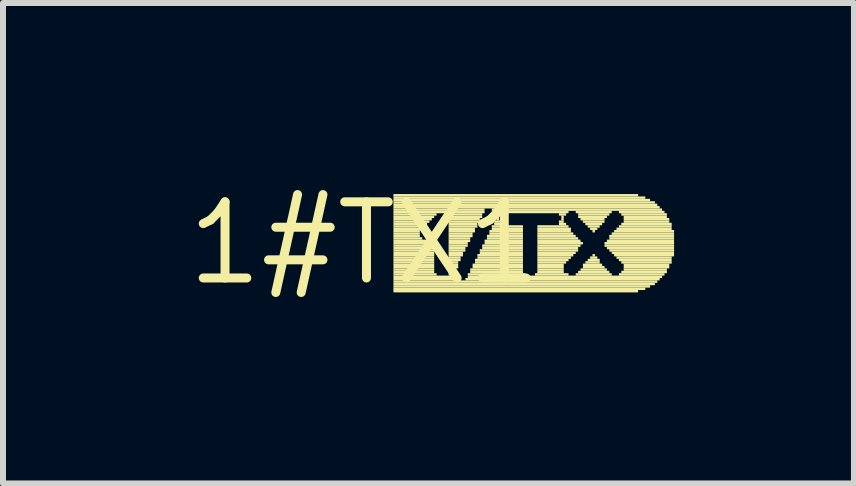
<source format=kicad_pcb>
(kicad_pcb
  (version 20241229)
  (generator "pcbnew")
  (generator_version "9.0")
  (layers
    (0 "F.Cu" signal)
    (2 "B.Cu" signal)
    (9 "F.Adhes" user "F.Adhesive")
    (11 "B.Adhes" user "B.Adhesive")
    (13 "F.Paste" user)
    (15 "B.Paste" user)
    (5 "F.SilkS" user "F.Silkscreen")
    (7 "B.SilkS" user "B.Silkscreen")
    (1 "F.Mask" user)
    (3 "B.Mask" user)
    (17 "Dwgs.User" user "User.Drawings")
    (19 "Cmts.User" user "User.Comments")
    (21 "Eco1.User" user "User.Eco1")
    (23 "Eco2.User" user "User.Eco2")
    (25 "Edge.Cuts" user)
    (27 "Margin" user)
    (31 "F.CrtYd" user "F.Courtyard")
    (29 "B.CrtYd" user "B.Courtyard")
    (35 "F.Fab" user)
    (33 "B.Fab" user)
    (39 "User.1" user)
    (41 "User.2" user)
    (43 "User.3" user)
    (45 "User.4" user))
  (footprint "1#TX1"
    (layer "F.Cu")
    (at 3.031 1.006)
    (property "Reference" "1#TX1" (at 0 0 0) (layer "F.SilkS") (effects (font (size 1.27 1.27) (thickness 0.15))))
    (fp_poly (pts (xy 0.48 -0.78) (xy 4.56 -0.78) (xy 4.56 -0.82) (xy 0.48 -0.82)) (stroke (width 0) (type default)) (fill yes) (layer "F.SilkS"))
    (fp_poly (pts (xy 0.48 -0.74) (xy 4.68 -0.74) (xy 4.68 -0.78) (xy 0.48 -0.78)) (stroke (width 0) (type default)) (fill yes) (layer "F.SilkS"))
    (fp_poly (pts (xy 0.48 -0.7) (xy 4.76 -0.7) (xy 4.76 -0.74) (xy 0.48 -0.74)) (stroke (width 0) (type default)) (fill yes) (layer "F.SilkS"))
    (fp_poly (pts (xy 0.48 -0.66) (xy 4.84 -0.66) (xy 4.84 -0.7) (xy 0.48 -0.7)) (stroke (width 0) (type default)) (fill yes) (layer "F.SilkS"))
    (fp_poly (pts (xy 0.48 -0.62) (xy 4.88 -0.62) (xy 4.88 -0.66) (xy 0.48 -0.66)) (stroke (width 0) (type default)) (fill yes) (layer "F.SilkS"))
    (fp_poly (pts (xy 0.48 -0.58) (xy 4.92 -0.58) (xy 4.92 -0.62) (xy 0.48 -0.62)) (stroke (width 0) (type default)) (fill yes) (layer "F.SilkS"))
    (fp_poly (pts (xy 0.48 -0.54) (xy 2 -0.54) (xy 2 -0.58) (xy 0.48 -0.58)) (stroke (width 0) (type default)) (fill yes) (layer "F.SilkS"))
    (fp_poly (pts (xy 0.48 -0.5) (xy 2 -0.5) (xy 2 -0.54) (xy 0.48 -0.54)) (stroke (width 0) (type default)) (fill yes) (layer "F.SilkS"))
    (fp_poly (pts (xy 0.48 -0.46) (xy 1.2 -0.46) (xy 1.2 -0.5) (xy 0.48 -0.5)) (stroke (width 0) (type default)) (fill yes) (layer "F.SilkS"))
    (fp_poly (pts (xy 0.48 -0.42) (xy 1.16 -0.42) (xy 1.16 -0.46) (xy 0.48 -0.46)) (stroke (width 0) (type default)) (fill yes) (layer "F.SilkS"))
    (fp_poly (pts (xy 0.48 -0.38) (xy 1.12 -0.38) (xy 1.12 -0.42) (xy 0.48 -0.42)) (stroke (width 0) (type default)) (fill yes) (layer "F.SilkS"))
    (fp_poly (pts (xy 0.48 -0.34) (xy 1.08 -0.34) (xy 1.08 -0.38) (xy 0.48 -0.38)) (stroke (width 0) (type default)) (fill yes) (layer "F.SilkS"))
    (fp_poly (pts (xy 0.48 -0.3) (xy 1.04 -0.3) (xy 1.04 -0.34) (xy 0.48 -0.34)) (stroke (width 0) (type default)) (fill yes) (layer "F.SilkS"))
    (fp_poly (pts (xy 0.48 -0.26) (xy 1 -0.26) (xy 1 -0.3) (xy 0.48 -0.3)) (stroke (width 0) (type default)) (fill yes) (layer "F.SilkS"))
    (fp_poly (pts (xy 0.48 -0.22) (xy 0.96 -0.22) (xy 0.96 -0.26) (xy 0.48 -0.26)) (stroke (width 0) (type default)) (fill yes) (layer "F.SilkS"))
    (fp_poly (pts (xy 0.48 -0.18) (xy 0.92 -0.18) (xy 0.92 -0.22) (xy 0.48 -0.22)) (stroke (width 0) (type default)) (fill yes) (layer "F.SilkS"))
    (fp_poly (pts (xy 0.48 -0.14) (xy 0.92 -0.14) (xy 0.92 -0.18) (xy 0.48 -0.18)) (stroke (width 0) (type default)) (fill yes) (layer "F.SilkS"))
    (fp_poly (pts (xy 0.48 -0.1) (xy 0.92 -0.1) (xy 0.92 -0.14) (xy 0.48 -0.14)) (stroke (width 0) (type default)) (fill yes) (layer "F.SilkS"))
    (fp_poly (pts (xy 0.48 -0.06) (xy 0.96 -0.06) (xy 0.96 -0.1) (xy 0.48 -0.1)) (stroke (width 0) (type default)) (fill yes) (layer "F.SilkS"))
    (fp_poly (pts (xy 0.48 -0.02) (xy 1.16 -0.02) (xy 1.16 -0.06) (xy 0.48 -0.06)) (stroke (width 0) (type default)) (fill yes) (layer "F.SilkS"))
    (fp_poly (pts (xy 0.48 0.02) (xy 1.16 0.02) (xy 1.16 -0.02) (xy 0.48 -0.02)) (stroke (width 0) (type default)) (fill yes) (layer "F.SilkS"))
    (fp_poly (pts (xy 0.48 0.06) (xy 1.16 0.06) (xy 1.16 0.02) (xy 0.48 0.02)) (stroke (width 0) (type default)) (fill yes) (layer "F.SilkS"))
    (fp_poly (pts (xy 0.48 0.1) (xy 1.16 0.1) (xy 1.16 0.06) (xy 0.48 0.06)) (stroke (width 0) (type default)) (fill yes) (layer "F.SilkS"))
    (fp_poly (pts (xy 0.48 0.14) (xy 1.16 0.14) (xy 1.16 0.1) (xy 0.48 0.1)) (stroke (width 0) (type default)) (fill yes) (layer "F.SilkS"))
    (fp_poly (pts (xy 0.48 0.18) (xy 1.16 0.18) (xy 1.16 0.14) (xy 0.48 0.14)) (stroke (width 0) (type default)) (fill yes) (layer "F.SilkS"))
    (fp_poly (pts (xy 0.48 0.22) (xy 1.16 0.22) (xy 1.16 0.18) (xy 0.48 0.18)) (stroke (width 0) (type default)) (fill yes) (layer "F.SilkS"))
    (fp_poly (pts (xy 0.48 0.26) (xy 1.16 0.26) (xy 1.16 0.22) (xy 0.48 0.22)) (stroke (width 0) (type default)) (fill yes) (layer "F.SilkS"))
    (fp_poly (pts (xy 0.48 0.3) (xy 1.16 0.3) (xy 1.16 0.26) (xy 0.48 0.26)) (stroke (width 0) (type default)) (fill yes) (layer "F.SilkS"))
    (fp_poly (pts (xy 0.48 0.34) (xy 1.16 0.34) (xy 1.16 0.3) (xy 0.48 0.3)) (stroke (width 0) (type default)) (fill yes) (layer "F.SilkS"))
    (fp_poly (pts (xy 0.48 0.38) (xy 1.16 0.38) (xy 1.16 0.34) (xy 0.48 0.34)) (stroke (width 0) (type default)) (fill yes) (layer "F.SilkS"))
    (fp_poly (pts (xy 0.48 0.42) (xy 1.16 0.42) (xy 1.16 0.38) (xy 0.48 0.38)) (stroke (width 0) (type default)) (fill yes) (layer "F.SilkS"))
    (fp_poly (pts (xy 0.48 0.46) (xy 1.16 0.46) (xy 1.16 0.42) (xy 0.48 0.42)) (stroke (width 0) (type default)) (fill yes) (layer "F.SilkS"))
    (fp_poly (pts (xy 0.48 0.5) (xy 1.16 0.5) (xy 1.16 0.46) (xy 0.48 0.46)) (stroke (width 0) (type default)) (fill yes) (layer "F.SilkS"))
    (fp_poly (pts (xy 0.48 0.54) (xy 1.2 0.54) (xy 1.2 0.5) (xy 0.48 0.5)) (stroke (width 0) (type default)) (fill yes) (layer "F.SilkS"))
    (fp_poly (pts (xy 0.48 0.58) (xy 1.52 0.58) (xy 1.52 0.54) (xy 0.48 0.54)) (stroke (width 0) (type default)) (fill yes) (layer "F.SilkS"))
    (fp_poly (pts (xy 0.48 0.62) (xy 1.6 0.62) (xy 1.6 0.58) (xy 0.48 0.58)) (stroke (width 0) (type default)) (fill yes) (layer "F.SilkS"))
    (fp_poly (pts (xy 0.48 0.66) (xy 4.88 0.66) (xy 4.88 0.62) (xy 0.48 0.62)) (stroke (width 0) (type default)) (fill yes) (layer "F.SilkS"))
    (fp_poly (pts (xy 0.48 0.7) (xy 4.84 0.7) (xy 4.84 0.66) (xy 0.48 0.66)) (stroke (width 0) (type default)) (fill yes) (layer "F.SilkS"))
    (fp_poly (pts (xy 0.48 0.74) (xy 4.76 0.74) (xy 4.76 0.7) (xy 0.48 0.7)) (stroke (width 0) (type default)) (fill yes) (layer "F.SilkS"))
    (fp_poly (pts (xy 0.48 0.78) (xy 4.68 0.78) (xy 4.68 0.74) (xy 0.48 0.74)) (stroke (width 0) (type default)) (fill yes) (layer "F.SilkS"))
    (fp_poly (pts (xy 0.48 0.82) (xy 4.56 0.82) (xy 4.56 0.78) (xy 0.48 0.78)) (stroke (width 0) (type default)) (fill yes) (layer "F.SilkS"))
    (fp_poly (pts (xy 1.4 -0.46) (xy 1.96 -0.46) (xy 1.96 -0.5) (xy 1.4 -0.5)) (stroke (width 0) (type default)) (fill yes) (layer "F.SilkS"))
    (fp_poly (pts (xy 1.4 -0.42) (xy 1.96 -0.42) (xy 1.96 -0.46) (xy 1.4 -0.46)) (stroke (width 0) (type default)) (fill yes) (layer "F.SilkS"))
    (fp_poly (pts (xy 1.4 -0.38) (xy 1.92 -0.38) (xy 1.92 -0.42) (xy 1.4 -0.42)) (stroke (width 0) (type default)) (fill yes) (layer "F.SilkS"))
    (fp_poly (pts (xy 1.4 -0.34) (xy 1.92 -0.34) (xy 1.92 -0.38) (xy 1.4 -0.38)) (stroke (width 0) (type default)) (fill yes) (layer "F.SilkS"))
    (fp_poly (pts (xy 1.4 -0.3) (xy 1.88 -0.3) (xy 1.88 -0.34) (xy 1.4 -0.34)) (stroke (width 0) (type default)) (fill yes) (layer "F.SilkS"))
    (fp_poly (pts (xy 1.4 -0.26) (xy 1.88 -0.26) (xy 1.88 -0.3) (xy 1.4 -0.3)) (stroke (width 0) (type default)) (fill yes) (layer "F.SilkS"))
    (fp_poly (pts (xy 1.4 -0.22) (xy 1.84 -0.22) (xy 1.84 -0.26) (xy 1.4 -0.26)) (stroke (width 0) (type default)) (fill yes) (layer "F.SilkS"))
    (fp_poly (pts (xy 1.4 -0.18) (xy 1.84 -0.18) (xy 1.84 -0.22) (xy 1.4 -0.22)) (stroke (width 0) (type default)) (fill yes) (layer "F.SilkS"))
    (fp_poly (pts (xy 1.4 -0.14) (xy 1.8 -0.14) (xy 1.8 -0.18) (xy 1.4 -0.18)) (stroke (width 0) (type default)) (fill yes) (layer "F.SilkS"))
    (fp_poly (pts (xy 1.4 -0.1) (xy 1.8 -0.1) (xy 1.8 -0.14) (xy 1.4 -0.14)) (stroke (width 0) (type default)) (fill yes) (layer "F.SilkS"))
    (fp_poly (pts (xy 1.4 -0.06) (xy 1.76 -0.06) (xy 1.76 -0.1) (xy 1.4 -0.1)) (stroke (width 0) (type default)) (fill yes) (layer "F.SilkS"))
    (fp_poly (pts (xy 1.4 -0.02) (xy 1.76 -0.02) (xy 1.76 -0.06) (xy 1.4 -0.06)) (stroke (width 0) (type default)) (fill yes) (layer "F.SilkS"))
    (fp_poly (pts (xy 1.4 0.02) (xy 1.72 0.02) (xy 1.72 -0.02) (xy 1.4 -0.02)) (stroke (width 0) (type default)) (fill yes) (layer "F.SilkS"))
    (fp_poly (pts (xy 1.4 0.06) (xy 1.72 0.06) (xy 1.72 0.02) (xy 1.4 0.02)) (stroke (width 0) (type default)) (fill yes) (layer "F.SilkS"))
    (fp_poly (pts (xy 1.4 0.1) (xy 1.68 0.1) (xy 1.68 0.06) (xy 1.4 0.06)) (stroke (width 0) (type default)) (fill yes) (layer "F.SilkS"))
    (fp_poly (pts (xy 1.4 0.14) (xy 1.68 0.14) (xy 1.68 0.1) (xy 1.4 0.1)) (stroke (width 0) (type default)) (fill yes) (layer "F.SilkS"))
    (fp_poly (pts (xy 1.4 0.18) (xy 1.64 0.18) (xy 1.64 0.14) (xy 1.4 0.14)) (stroke (width 0) (type default)) (fill yes) (layer "F.SilkS"))
    (fp_poly (pts (xy 1.4 0.22) (xy 1.64 0.22) (xy 1.64 0.18) (xy 1.4 0.18)) (stroke (width 0) (type default)) (fill yes) (layer "F.SilkS"))
    (fp_poly (pts (xy 1.4 0.26) (xy 1.6 0.26) (xy 1.6 0.22) (xy 1.4 0.22)) (stroke (width 0) (type default)) (fill yes) (layer "F.SilkS"))
    (fp_poly (pts (xy 1.4 0.3) (xy 1.6 0.3) (xy 1.6 0.26) (xy 1.4 0.26)) (stroke (width 0) (type default)) (fill yes) (layer "F.SilkS"))
    (fp_poly (pts (xy 1.4 0.34) (xy 1.56 0.34) (xy 1.56 0.3) (xy 1.4 0.3)) (stroke (width 0) (type default)) (fill yes) (layer "F.SilkS"))
    (fp_poly (pts (xy 1.4 0.38) (xy 1.56 0.38) (xy 1.56 0.34) (xy 1.4 0.34)) (stroke (width 0) (type default)) (fill yes) (layer "F.SilkS"))
    (fp_poly (pts (xy 1.4 0.42) (xy 1.56 0.42) (xy 1.56 0.38) (xy 1.4 0.38)) (stroke (width 0) (type default)) (fill yes) (layer "F.SilkS"))
    (fp_poly (pts (xy 1.4 0.46) (xy 1.52 0.46) (xy 1.52 0.42) (xy 1.4 0.42)) (stroke (width 0) (type default)) (fill yes) (layer "F.SilkS"))
    (fp_poly (pts (xy 1.4 0.5) (xy 1.52 0.5) (xy 1.52 0.46) (xy 1.4 0.46)) (stroke (width 0) (type default)) (fill yes) (layer "F.SilkS"))
    (fp_poly (pts (xy 1.4 0.54) (xy 1.48 0.54) (xy 1.48 0.5) (xy 1.4 0.5)) (stroke (width 0) (type default)) (fill yes) (layer "F.SilkS"))
    (fp_poly (pts (xy 1.68 0.62) (xy 4.92 0.62) (xy 4.92 0.58) (xy 1.68 0.58)) (stroke (width 0) (type default)) (fill yes) (layer "F.SilkS"))
    (fp_poly (pts (xy 1.72 0.54) (xy 2.68 0.54) (xy 2.68 0.5) (xy 1.72 0.5)) (stroke (width 0) (type default)) (fill yes) (layer "F.SilkS"))
    (fp_poly (pts (xy 1.72 0.58) (xy 4.96 0.58) (xy 4.96 0.54) (xy 1.72 0.54)) (stroke (width 0) (type default)) (fill yes) (layer "F.SilkS"))
    (fp_poly (pts (xy 1.76 0.46) (xy 2.64 0.46) (xy 2.64 0.42) (xy 1.76 0.42)) (stroke (width 0) (type default)) (fill yes) (layer "F.SilkS"))
    (fp_poly (pts (xy 1.76 0.5) (xy 2.64 0.5) (xy 2.64 0.46) (xy 1.76 0.46)) (stroke (width 0) (type default)) (fill yes) (layer "F.SilkS"))
    (fp_poly (pts (xy 1.8 0.38) (xy 2.64 0.38) (xy 2.64 0.34) (xy 1.8 0.34)) (stroke (width 0) (type default)) (fill yes) (layer "F.SilkS"))
    (fp_poly (pts (xy 1.8 0.42) (xy 2.64 0.42) (xy 2.64 0.38) (xy 1.8 0.38)) (stroke (width 0) (type default)) (fill yes) (layer "F.SilkS"))
    (fp_poly (pts (xy 1.84 0.3) (xy 2.64 0.3) (xy 2.64 0.26) (xy 1.84 0.26)) (stroke (width 0) (type default)) (fill yes) (layer "F.SilkS"))
    (fp_poly (pts (xy 1.84 0.34) (xy 2.64 0.34) (xy 2.64 0.3) (xy 1.84 0.3)) (stroke (width 0) (type default)) (fill yes) (layer "F.SilkS"))
    (fp_poly (pts (xy 1.88 0.22) (xy 2.64 0.22) (xy 2.64 0.18) (xy 1.88 0.18)) (stroke (width 0) (type default)) (fill yes) (layer "F.SilkS"))
    (fp_poly (pts (xy 1.88 0.26) (xy 2.64 0.26) (xy 2.64 0.22) (xy 1.88 0.22)) (stroke (width 0) (type default)) (fill yes) (layer "F.SilkS"))
    (fp_poly (pts (xy 1.92 0.14) (xy 2.64 0.14) (xy 2.64 0.1) (xy 1.92 0.1)) (stroke (width 0) (type default)) (fill yes) (layer "F.SilkS"))
    (fp_poly (pts (xy 1.92 0.18) (xy 2.64 0.18) (xy 2.64 0.14) (xy 1.92 0.14)) (stroke (width 0) (type default)) (fill yes) (layer "F.SilkS"))
    (fp_poly (pts (xy 1.96 0.06) (xy 2.64 0.06) (xy 2.64 0.02) (xy 1.96 0.02)) (stroke (width 0) (type default)) (fill yes) (layer "F.SilkS"))
    (fp_poly (pts (xy 1.96 0.1) (xy 2.64 0.1) (xy 2.64 0.06) (xy 1.96 0.06)) (stroke (width 0) (type default)) (fill yes) (layer "F.SilkS"))
    (fp_poly (pts (xy 2 -0.02) (xy 2.64 -0.02) (xy 2.64 -0.06) (xy 2 -0.06)) (stroke (width 0) (type default)) (fill yes) (layer "F.SilkS"))
    (fp_poly (pts (xy 2 0.02) (xy 2.64 0.02) (xy 2.64 -0.02) (xy 2 -0.02)) (stroke (width 0) (type default)) (fill yes) (layer "F.SilkS"))
    (fp_poly (pts (xy 2.04 -0.1) (xy 2.64 -0.1) (xy 2.64 -0.14) (xy 2.04 -0.14)) (stroke (width 0) (type default)) (fill yes) (layer "F.SilkS"))
    (fp_poly (pts (xy 2.04 -0.06) (xy 2.64 -0.06) (xy 2.64 -0.1) (xy 2.04 -0.1)) (stroke (width 0) (type default)) (fill yes) (layer "F.SilkS"))
    (fp_poly (pts (xy 2.08 -0.18) (xy 2.64 -0.18) (xy 2.64 -0.22) (xy 2.08 -0.22)) (stroke (width 0) (type default)) (fill yes) (layer "F.SilkS"))
    (fp_poly (pts (xy 2.08 -0.14) (xy 2.64 -0.14) (xy 2.64 -0.18) (xy 2.08 -0.18)) (stroke (width 0) (type default)) (fill yes) (layer "F.SilkS"))
    (fp_poly (pts (xy 2.12 -0.54) (xy 4.96 -0.54) (xy 4.96 -0.58) (xy 2.12 -0.58)) (stroke (width 0) (type default)) (fill yes) (layer "F.SilkS"))
    (fp_poly (pts (xy 2.12 -0.26) (xy 2.64 -0.26) (xy 2.64 -0.3) (xy 2.12 -0.3)) (stroke (width 0) (type default)) (fill yes) (layer "F.SilkS"))
    (fp_poly (pts (xy 2.12 -0.22) (xy 2.64 -0.22) (xy 2.64 -0.26) (xy 2.12 -0.26)) (stroke (width 0) (type default)) (fill yes) (layer "F.SilkS"))
    (fp_poly (pts (xy 2.16 -0.34) (xy 2.28 -0.34) (xy 2.28 -0.38) (xy 2.16 -0.38)) (stroke (width 0) (type default)) (fill yes) (layer "F.SilkS"))
    (fp_poly (pts (xy 2.16 -0.3) (xy 2.28 -0.3) (xy 2.28 -0.34) (xy 2.16 -0.34)) (stroke (width 0) (type default)) (fill yes) (layer "F.SilkS"))
    (fp_poly (pts (xy 2.2 -0.5) (xy 3.4 -0.5) (xy 3.4 -0.54) (xy 2.2 -0.54)) (stroke (width 0) (type default)) (fill yes) (layer "F.SilkS"))
    (fp_poly (pts (xy 2.2 -0.46) (xy 2.28 -0.46) (xy 2.28 -0.5) (xy 2.2 -0.5)) (stroke (width 0) (type default)) (fill yes) (layer "F.SilkS"))
    (fp_poly (pts (xy 2.2 -0.42) (xy 2.24 -0.42) (xy 2.24 -0.46) (xy 2.2 -0.46)) (stroke (width 0) (type default)) (fill yes) (layer "F.SilkS"))
    (fp_poly (pts (xy 2.2 -0.38) (xy 2.24 -0.38) (xy 2.24 -0.42) (xy 2.2 -0.42)) (stroke (width 0) (type default)) (fill yes) (layer "F.SilkS"))
    (fp_poly (pts (xy 2.84 0.54) (xy 3.4 0.54) (xy 3.4 0.5) (xy 2.84 0.5)) (stroke (width 0) (type default)) (fill yes) (layer "F.SilkS"))
    (fp_poly (pts (xy 2.88 -0.26) (xy 3.4 -0.26) (xy 3.4 -0.3) (xy 2.88 -0.3)) (stroke (width 0) (type default)) (fill yes) (layer "F.SilkS"))
    (fp_poly (pts (xy 2.88 -0.22) (xy 3.44 -0.22) (xy 3.44 -0.26) (xy 2.88 -0.26)) (stroke (width 0) (type default)) (fill yes) (layer "F.SilkS"))
    (fp_poly (pts (xy 2.88 -0.18) (xy 3.44 -0.18) (xy 3.44 -0.22) (xy 2.88 -0.22)) (stroke (width 0) (type default)) (fill yes) (layer "F.SilkS"))
    (fp_poly (pts (xy 2.88 -0.14) (xy 3.48 -0.14) (xy 3.48 -0.18) (xy 2.88 -0.18)) (stroke (width 0) (type default)) (fill yes) (layer "F.SilkS"))
    (fp_poly (pts (xy 2.88 -0.1) (xy 3.52 -0.1) (xy 3.52 -0.14) (xy 2.88 -0.14)) (stroke (width 0) (type default)) (fill yes) (layer "F.SilkS"))
    (fp_poly (pts (xy 2.88 -0.06) (xy 3.56 -0.06) (xy 3.56 -0.1) (xy 2.88 -0.1)) (stroke (width 0) (type default)) (fill yes) (layer "F.SilkS"))
    (fp_poly (pts (xy 2.88 -0.02) (xy 3.6 -0.02) (xy 3.6 -0.06) (xy 2.88 -0.06)) (stroke (width 0) (type default)) (fill yes) (layer "F.SilkS"))
    (fp_poly (pts (xy 2.88 0.02) (xy 3.64 0.02) (xy 3.64 -0.02) (xy 2.88 -0.02)) (stroke (width 0) (type default)) (fill yes) (layer "F.SilkS"))
    (fp_poly (pts (xy 2.88 0.06) (xy 3.6 0.06) (xy 3.6 0.02) (xy 2.88 0.02)) (stroke (width 0) (type default)) (fill yes) (layer "F.SilkS"))
    (fp_poly (pts (xy 2.88 0.1) (xy 3.56 0.1) (xy 3.56 0.06) (xy 2.88 0.06)) (stroke (width 0) (type default)) (fill yes) (layer "F.SilkS"))
    (fp_poly (pts (xy 2.88 0.14) (xy 3.56 0.14) (xy 3.56 0.1) (xy 2.88 0.1)) (stroke (width 0) (type default)) (fill yes) (layer "F.SilkS"))
    (fp_poly (pts (xy 2.88 0.18) (xy 3.52 0.18) (xy 3.52 0.14) (xy 2.88 0.14)) (stroke (width 0) (type default)) (fill yes) (layer "F.SilkS"))
    (fp_poly (pts (xy 2.88 0.22) (xy 3.48 0.22) (xy 3.48 0.18) (xy 2.88 0.18)) (stroke (width 0) (type default)) (fill yes) (layer "F.SilkS"))
    (fp_poly (pts (xy 2.88 0.26) (xy 3.44 0.26) (xy 3.44 0.22) (xy 2.88 0.22)) (stroke (width 0) (type default)) (fill yes) (layer "F.SilkS"))
    (fp_poly (pts (xy 2.88 0.3) (xy 3.4 0.3) (xy 3.4 0.26) (xy 2.88 0.26)) (stroke (width 0) (type default)) (fill yes) (layer "F.SilkS"))
    (fp_poly (pts (xy 2.88 0.34) (xy 3.36 0.34) (xy 3.36 0.3) (xy 2.88 0.3)) (stroke (width 0) (type default)) (fill yes) (layer "F.SilkS"))
    (fp_poly (pts (xy 2.88 0.38) (xy 3.32 0.38) (xy 3.32 0.34) (xy 2.88 0.34)) (stroke (width 0) (type default)) (fill yes) (layer "F.SilkS"))
    (fp_poly (pts (xy 2.88 0.42) (xy 3.32 0.42) (xy 3.32 0.38) (xy 2.88 0.38)) (stroke (width 0) (type default)) (fill yes) (layer "F.SilkS"))
    (fp_poly (pts (xy 2.88 0.46) (xy 3.32 0.46) (xy 3.32 0.42) (xy 2.88 0.42)) (stroke (width 0) (type default)) (fill yes) (layer "F.SilkS"))
    (fp_poly (pts (xy 2.88 0.5) (xy 3.32 0.5) (xy 3.32 0.46) (xy 2.88 0.46)) (stroke (width 0) (type default)) (fill yes) (layer "F.SilkS"))
    (fp_poly (pts (xy 3.24 -0.46) (xy 3.36 -0.46) (xy 3.36 -0.5) (xy 3.24 -0.5)) (stroke (width 0) (type default)) (fill yes) (layer "F.SilkS"))
    (fp_poly (pts (xy 3.24 -0.34) (xy 3.32 -0.34) (xy 3.32 -0.38) (xy 3.24 -0.38)) (stroke (width 0) (type default)) (fill yes) (layer "F.SilkS"))
    (fp_poly (pts (xy 3.24 -0.3) (xy 3.36 -0.3) (xy 3.36 -0.34) (xy 3.24 -0.34)) (stroke (width 0) (type default)) (fill yes) (layer "F.SilkS"))
    (fp_poly (pts (xy 3.28 -0.42) (xy 3.32 -0.42) (xy 3.32 -0.46) (xy 3.28 -0.46)) (stroke (width 0) (type default)) (fill yes) (layer "F.SilkS"))
    (fp_poly (pts (xy 3.28 -0.38) (xy 3.32 -0.38) (xy 3.32 -0.42) (xy 3.28 -0.42)) (stroke (width 0) (type default)) (fill yes) (layer "F.SilkS"))
    (fp_poly (pts (xy 3.52 -0.5) (xy 4.12 -0.5) (xy 4.12 -0.54) (xy 3.52 -0.54)) (stroke (width 0) (type default)) (fill yes) (layer "F.SilkS"))
    (fp_poly (pts (xy 3.52 0.54) (xy 4.12 0.54) (xy 4.12 0.5) (xy 3.52 0.5)) (stroke (width 0) (type default)) (fill yes) (layer "F.SilkS"))
    (fp_poly (pts (xy 3.56 -0.46) (xy 4.08 -0.46) (xy 4.08 -0.5) (xy 3.56 -0.5)) (stroke (width 0) (type default)) (fill yes) (layer "F.SilkS"))
    (fp_poly (pts (xy 3.56 -0.42) (xy 4.04 -0.42) (xy 4.04 -0.46) (xy 3.56 -0.46)) (stroke (width 0) (type default)) (fill yes) (layer "F.SilkS"))
    (fp_poly (pts (xy 3.56 0.5) (xy 4.08 0.5) (xy 4.08 0.46) (xy 3.56 0.46)) (stroke (width 0) (type default)) (fill yes) (layer "F.SilkS"))
    (fp_poly (pts (xy 3.6 -0.38) (xy 4 -0.38) (xy 4 -0.42) (xy 3.6 -0.42)) (stroke (width 0) (type default)) (fill yes) (layer "F.SilkS"))
    (fp_poly (pts (xy 3.6 0.46) (xy 4.04 0.46) (xy 4.04 0.42) (xy 3.6 0.42)) (stroke (width 0) (type default)) (fill yes) (layer "F.SilkS"))
    (fp_poly (pts (xy 3.64 -0.34) (xy 4 -0.34) (xy 4 -0.38) (xy 3.64 -0.38)) (stroke (width 0) (type default)) (fill yes) (layer "F.SilkS"))
    (fp_poly (pts (xy 3.64 0.38) (xy 3.96 0.38) (xy 3.96 0.34) (xy 3.64 0.34)) (stroke (width 0) (type default)) (fill yes) (layer "F.SilkS"))
    (fp_poly (pts (xy 3.64 0.42) (xy 4 0.42) (xy 4 0.38) (xy 3.64 0.38)) (stroke (width 0) (type default)) (fill yes) (layer "F.SilkS"))
    (fp_poly (pts (xy 3.68 -0.3) (xy 3.96 -0.3) (xy 3.96 -0.34) (xy 3.68 -0.34)) (stroke (width 0) (type default)) (fill yes) (layer "F.SilkS"))
    (fp_poly (pts (xy 3.68 0.34) (xy 3.92 0.34) (xy 3.92 0.3) (xy 3.68 0.3)) (stroke (width 0) (type default)) (fill yes) (layer "F.SilkS"))
    (fp_poly (pts (xy 3.72 -0.26) (xy 3.92 -0.26) (xy 3.92 -0.3) (xy 3.72 -0.3)) (stroke (width 0) (type default)) (fill yes) (layer "F.SilkS"))
    (fp_poly (pts (xy 3.72 0.3) (xy 3.92 0.3) (xy 3.92 0.26) (xy 3.72 0.26)) (stroke (width 0) (type default)) (fill yes) (layer "F.SilkS"))
    (fp_poly (pts (xy 3.76 -0.22) (xy 3.88 -0.22) (xy 3.88 -0.26) (xy 3.76 -0.26)) (stroke (width 0) (type default)) (fill yes) (layer "F.SilkS"))
    (fp_poly (pts (xy 3.76 0.26) (xy 3.88 0.26) (xy 3.88 0.22) (xy 3.76 0.22)) (stroke (width 0) (type default)) (fill yes) (layer "F.SilkS"))
    (fp_poly (pts (xy 3.8 -0.18) (xy 3.84 -0.18) (xy 3.84 -0.22) (xy 3.8 -0.22)) (stroke (width 0) (type default)) (fill yes) (layer "F.SilkS"))
    (fp_poly (pts (xy 3.8 0.22) (xy 3.84 0.22) (xy 3.84 0.18) (xy 3.8 0.18)) (stroke (width 0) (type default)) (fill yes) (layer "F.SilkS"))
    (fp_poly (pts (xy 4 0.02) (xy 5.16 0.02) (xy 5.16 -0.02) (xy 4 -0.02)) (stroke (width 0) (type default)) (fill yes) (layer "F.SilkS"))
    (fp_poly (pts (xy 4 0.06) (xy 5.16 0.06) (xy 5.16 0.02) (xy 4 0.02)) (stroke (width 0) (type default)) (fill yes) (layer "F.SilkS"))
    (fp_poly (pts (xy 4.04 -0.02) (xy 5.16 -0.02) (xy 5.16 -0.06) (xy 4.04 -0.06)) (stroke (width 0) (type default)) (fill yes) (layer "F.SilkS"))
    (fp_poly (pts (xy 4.04 0.1) (xy 5.16 0.1) (xy 5.16 0.06) (xy 4.04 0.06)) (stroke (width 0) (type default)) (fill yes) (layer "F.SilkS"))
    (fp_poly (pts (xy 4.08 -0.1) (xy 5.16 -0.1) (xy 5.16 -0.14) (xy 4.08 -0.14)) (stroke (width 0) (type default)) (fill yes) (layer "F.SilkS"))
    (fp_poly (pts (xy 4.08 -0.06) (xy 5.16 -0.06) (xy 5.16 -0.1) (xy 4.08 -0.1)) (stroke (width 0) (type default)) (fill yes) (layer "F.SilkS"))
    (fp_poly (pts (xy 4.08 0.14) (xy 5.16 0.14) (xy 5.16 0.1) (xy 4.08 0.1)) (stroke (width 0) (type default)) (fill yes) (layer "F.SilkS"))
    (fp_poly (pts (xy 4.12 -0.14) (xy 5.16 -0.14) (xy 5.16 -0.18) (xy 4.12 -0.18)) (stroke (width 0) (type default)) (fill yes) (layer "F.SilkS"))
    (fp_poly (pts (xy 4.12 0.18) (xy 5.16 0.18) (xy 5.16 0.14) (xy 4.12 0.14)) (stroke (width 0) (type default)) (fill yes) (layer "F.SilkS"))
    (fp_poly (pts (xy 4.16 -0.18) (xy 5.16 -0.18) (xy 5.16 -0.22) (xy 4.16 -0.22)) (stroke (width 0) (type default)) (fill yes) (layer "F.SilkS"))
    (fp_poly (pts (xy 4.16 0.22) (xy 5.16 0.22) (xy 5.16 0.18) (xy 4.16 0.18)) (stroke (width 0) (type default)) (fill yes) (layer "F.SilkS"))
    (fp_poly (pts (xy 4.2 -0.22) (xy 5.12 -0.22) (xy 5.12 -0.26) (xy 4.2 -0.26)) (stroke (width 0) (type default)) (fill yes) (layer "F.SilkS"))
    (fp_poly (pts (xy 4.2 0.26) (xy 5.12 0.26) (xy 5.12 0.22) (xy 4.2 0.22)) (stroke (width 0) (type default)) (fill yes) (layer "F.SilkS"))
    (fp_poly (pts (xy 4.24 -0.5) (xy 5 -0.5) (xy 5 -0.54) (xy 4.24 -0.54)) (stroke (width 0) (type default)) (fill yes) (layer "F.SilkS"))
    (fp_poly (pts (xy 4.24 -0.26) (xy 5.12 -0.26) (xy 5.12 -0.3) (xy 4.24 -0.3)) (stroke (width 0) (type default)) (fill yes) (layer "F.SilkS"))
    (fp_poly (pts (xy 4.24 0.3) (xy 5.12 0.3) (xy 5.12 0.26) (xy 4.24 0.26)) (stroke (width 0) (type default)) (fill yes) (layer "F.SilkS"))
    (fp_poly (pts (xy 4.24 0.54) (xy 5 0.54) (xy 5 0.5) (xy 4.24 0.5)) (stroke (width 0) (type default)) (fill yes) (layer "F.SilkS"))
    (fp_poly (pts (xy 4.28 -0.46) (xy 5.04 -0.46) (xy 5.04 -0.5) (xy 4.28 -0.5)) (stroke (width 0) (type default)) (fill yes) (layer "F.SilkS"))
    (fp_poly (pts (xy 4.28 -0.3) (xy 5.12 -0.3) (xy 5.12 -0.34) (xy 4.28 -0.34)) (stroke (width 0) (type default)) (fill yes) (layer "F.SilkS"))
    (fp_poly (pts (xy 4.28 0.34) (xy 5.12 0.34) (xy 5.12 0.3) (xy 4.28 0.3)) (stroke (width 0) (type default)) (fill yes) (layer "F.SilkS"))
    (fp_poly (pts (xy 4.28 0.5) (xy 5.04 0.5) (xy 5.04 0.46) (xy 4.28 0.46)) (stroke (width 0) (type default)) (fill yes) (layer "F.SilkS"))
    (fp_poly (pts (xy 4.32 -0.42) (xy 5.04 -0.42) (xy 5.04 -0.46) (xy 4.32 -0.46)) (stroke (width 0) (type default)) (fill yes) (layer "F.SilkS"))
    (fp_poly (pts (xy 4.32 -0.38) (xy 5.08 -0.38) (xy 5.08 -0.42) (xy 4.32 -0.42)) (stroke (width 0) (type default)) (fill yes) (layer "F.SilkS"))
    (fp_poly (pts (xy 4.32 -0.34) (xy 5.08 -0.34) (xy 5.08 -0.38) (xy 4.32 -0.38)) (stroke (width 0) (type default)) (fill yes) (layer "F.SilkS"))
    (fp_poly (pts (xy 4.32 0.38) (xy 5.08 0.38) (xy 5.08 0.34) (xy 4.32 0.34)) (stroke (width 0) (type default)) (fill yes) (layer "F.SilkS"))
    (fp_poly (pts (xy 4.32 0.42) (xy 5.08 0.42) (xy 5.08 0.38) (xy 4.32 0.38)) (stroke (width 0) (type default)) (fill yes) (layer "F.SilkS"))
    (fp_poly (pts (xy 4.32 0.46) (xy 5.04 0.46) (xy 5.04 0.42) (xy 4.32 0.42)) (stroke (width 0) (type default)) (fill yes) (layer "F.SilkS")))
  (gr_rect
    (start -3 -3)
    (end 11.191 5.012)
    (stroke (width 0.1) (type default))
    (fill no)
    (layer "Edge.Cuts")))
</source>
